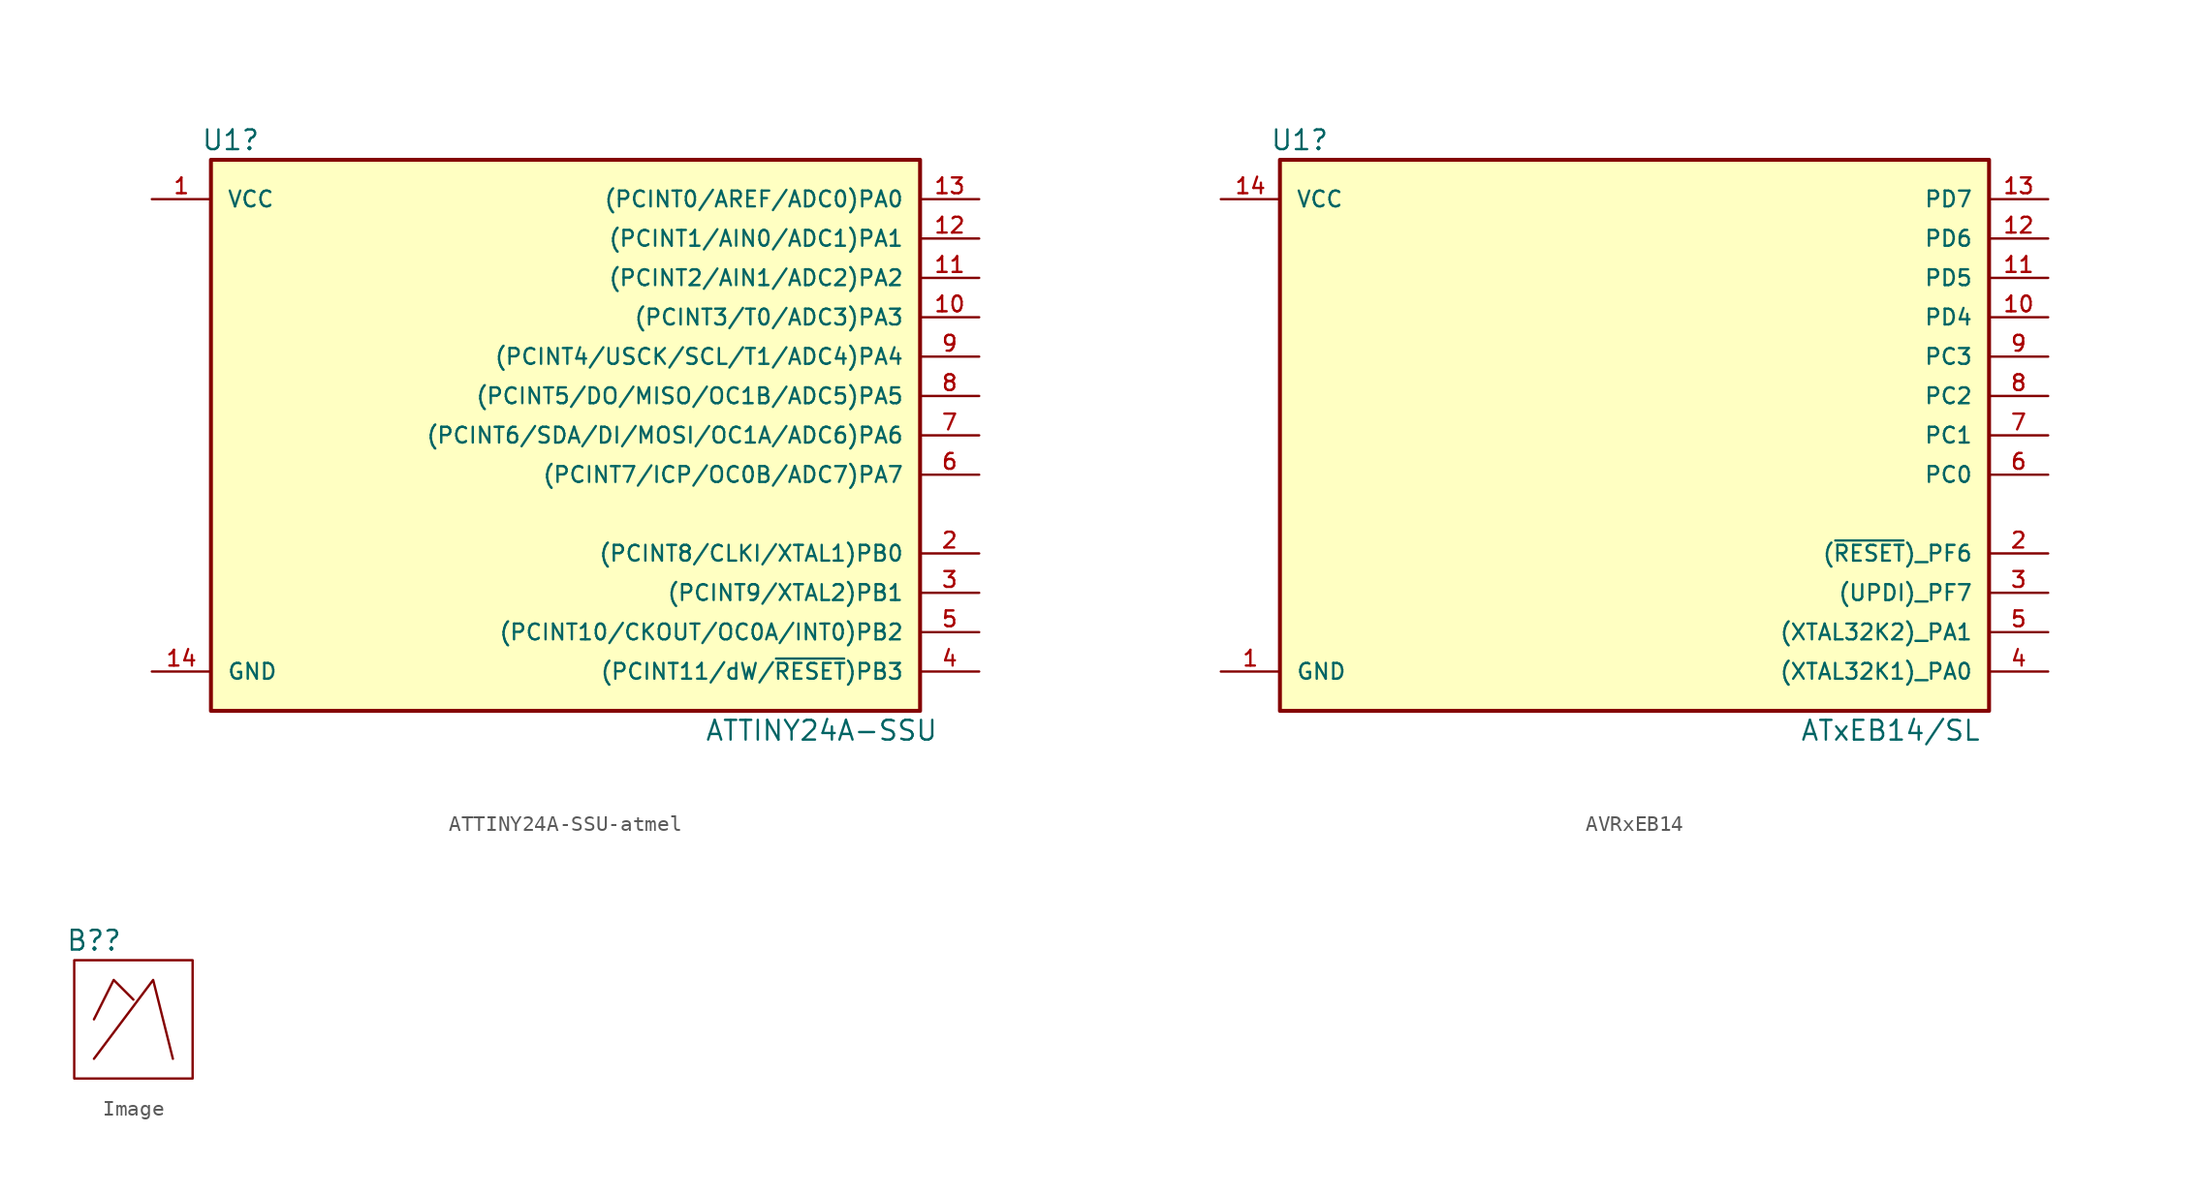
<source format=kicad_sym>
(kicad_symbol_lib
  (version 20220914)
  (generator kicad_symbol_editor)
  (symbol "ATTINY24A-SSU-atmel"
    (pin_names
      (offset 1.016))
    (property "Reference" "U1"
      (at -21.59 19.05 0)
      (effects (font (size 1.27 1.27))))
    (property "Value" "ATTINY24A-SSU"
      (at 16.51 -19.05 0)
      (effects (font (size 1.27 1.27))))
    (symbol "ATTINY24A-SSU-atmel_0_1"
      (rectangle (start 22.86 17.78) (end -22.86 -17.78) (stroke (width 0.254) (type solid)) (fill (type background))))
    (symbol "ATTINY24A-SSU-atmel_1_1"
      (pin power_in line (at -26.67 15.24 0) (length 3.81) (name "VCC" (effects (font (size 1.016 1.016)))) (number "1" (effects (font (size 1.016 1.016)))))
      (pin bidirectional line (at 26.67 7.62 180) (length 3.81) (name "(PCINT3/T0/ADC3)PA3" (effects (font (size 1.016 1.016)))) (number "10" (effects (font (size 1.016 1.016)))))
      (pin bidirectional line (at 26.67 10.16 180) (length 3.81) (name "(PCINT2/AIN1/ADC2)PA2" (effects (font (size 1.016 1.016)))) (number "11" (effects (font (size 1.016 1.016)))))
      (pin bidirectional line (at 26.67 12.7 180) (length 3.81) (name "(PCINT1/AIN0/ADC1)PA1" (effects (font (size 1.016 1.016)))) (number "12" (effects (font (size 1.016 1.016)))))
      (pin bidirectional line (at 26.67 15.24 180) (length 3.81) (name "(PCINT0/AREF/ADC0)PA0" (effects (font (size 1.016 1.016)))) (number "13" (effects (font (size 1.016 1.016)))))
      (pin power_in line (at -26.67 -15.24 0) (length 3.81) (name "GND" (effects (font (size 1.016 1.016)))) (number "14" (effects (font (size 1.016 1.016)))))
      (pin bidirectional line (at 26.67 -7.62 180) (length 3.81) (name "(PCINT8/CLKI/XTAL1)PB0" (effects (font (size 1.016 1.016)))) (number "2" (effects (font (size 1.016 1.016)))))
      (pin bidirectional line (at 26.67 -10.16 180) (length 3.81) (name "(PCINT9/XTAL2)PB1" (effects (font (size 1.016 1.016)))) (number "3" (effects (font (size 1.016 1.016)))))
      (pin bidirectional line (at 26.67 -15.24 180) (length 3.81) (name "(PCINT11/dW/~{RESET})PB3" (effects (font (size 1.016 1.016)))) (number "4" (effects (font (size 1.016 1.016)))))
      (pin bidirectional line (at 26.67 -12.7 180) (length 3.81) (name "(PCINT10/CKOUT/OC0A/INT0)PB2" (effects (font (size 1.016 1.016)))) (number "5" (effects (font (size 1.016 1.016)))))
      (pin bidirectional line (at 26.67 -2.54 180) (length 3.81) (name "(PCINT7/ICP/OC0B/ADC7)PA7" (effects (font (size 1.016 1.016)))) (number "6" (effects (font (size 1.016 1.016)))))
      (pin bidirectional line (at 26.67 0 180) (length 3.81) (name "(PCINT6/SDA/DI/MOSI/OC1A/ADC6)PA6" (effects (font (size 1.016 1.016)))) (number "7" (effects (font (size 1.016 1.016)))))
      (pin bidirectional line (at 26.67 2.54 180) (length 3.81) (name "(PCINT5/DO/MISO/OC1B/ADC5)PA5" (effects (font (size 1.016 1.016)))) (number "8" (effects (font (size 1.016 1.016)))))
      (pin bidirectional line (at 26.67 5.08 180) (length 3.81) (name "(PCINT4/USCK/SCL/T1/ADC4)PA4" (effects (font (size 1.016 1.016)))) (number "9" (effects (font (size 1.016 1.016)))))))
  (symbol "AVRxEB14"
    (pin_names
      (offset 1.016))
    (property "Reference" "U1"
      (at -21.59 19.05 0)
      (effects (font (size 1.27 1.27))))
    (property "Value" "ATxEB14/SL"
      (at 16.51 -19.05 0)
      (effects (font (size 1.27 1.27))))
    (symbol "AVRxEB14_0_1"
      (rectangle (start -22.86 17.78) (end 22.86 -17.78) (stroke (width 0.254) (type solid)) (fill (type background))))
    (symbol "AVRxEB14_1_1"
      (pin power_in line (at -26.67 -15.24 0) (length 3.81) (name "GND" (effects (font (size 1.016 1.016)))) (number "1" (effects (font (size 1.016 1.016)))))
      (pin bidirectional line (at 26.67 7.62 180) (length 3.81) (name "PD4" (effects (font (size 1.016 1.016)))) (number "10" (effects (font (size 1.016 1.016)))))
      (pin bidirectional line (at 26.67 10.16 180) (length 3.81) (name "PD5" (effects (font (size 1.016 1.016)))) (number "11" (effects (font (size 1.016 1.016)))))
      (pin bidirectional line (at 26.67 12.7 180) (length 3.81) (name "PD6" (effects (font (size 1.016 1.016)))) (number "12" (effects (font (size 1.016 1.016)))))
      (pin bidirectional line (at 26.67 15.24 180) (length 3.81) (name "PD7" (effects (font (size 1.016 1.016)))) (number "13" (effects (font (size 1.016 1.016)))))
      (pin power_in line (at -26.67 15.24 0) (length 3.81) (name "VCC" (effects (font (size 1.016 1.016)))) (number "14" (effects (font (size 1.016 1.016)))))
      (pin bidirectional line (at 26.67 -7.62 180) (length 3.81) (name "(~{RESET})_PF6" (effects (font (size 1.016 1.016)))) (number "2" (effects (font (size 1.016 1.016)))))
      (pin bidirectional line (at 26.67 -10.16 180) (length 3.81) (name "(UPDI)_PF7" (effects (font (size 1.016 1.016)))) (number "3" (effects (font (size 1.016 1.016)))))
      (pin bidirectional line (at 26.67 -15.24 180) (length 3.81) (name "(XTAL32K1)_PA0" (effects (font (size 1.016 1.016)))) (number "4" (effects (font (size 1.016 1.016)))))
      (pin bidirectional line (at 26.67 -12.7 180) (length 3.81) (name "(XTAL32K2)_PA1" (effects (font (size 1.016 1.016)))) (number "5" (effects (font (size 1.016 1.016)))))
      (pin bidirectional line (at 26.67 -2.54 180) (length 3.81) (name "PC0" (effects (font (size 1.016 1.016)))) (number "6" (effects (font (size 1.016 1.016)))))
      (pin bidirectional line (at 26.67 0 180) (length 3.81) (name "PC1" (effects (font (size 1.016 1.016)))) (number "7" (effects (font (size 1.016 1.016)))))
      (pin bidirectional line (at 26.67 2.54 180) (length 3.81) (name "PC2" (effects (font (size 1.016 1.016)))) (number "8" (effects (font (size 1.016 1.016)))))
      (pin bidirectional line (at 26.67 5.08 180) (length 3.81) (name "PC3" (effects (font (size 1.016 1.016)))) (number "9" (effects (font (size 1.016 1.016)))))))
  (symbol "Image"
    (property "Reference" "B?"
      (at -2.54 5.08 0)
      (effects (font (size 1.27 1.27))))
    (property "Value" ""
      (at 0 0 0)
      (effects (font (size 1.27 1.27))))
    (symbol "Image_0_1"
      (rectangle (start -3.81 3.81) (end 3.81 -3.81) (stroke (width 0) (type default)) (fill (type none)))
      (polyline (pts (xy -2.54 -2.54) (xy 1.27 2.54) (xy 2.54 -2.54)) (stroke (width 0) (type default)) (fill (type none)))
      (polyline (pts (xy -2.54 0) (xy -1.27 2.54) (xy 0 1.27) (xy 0 1.27)) (stroke (width 0) (type default)) (fill (type none))))))
</source>
